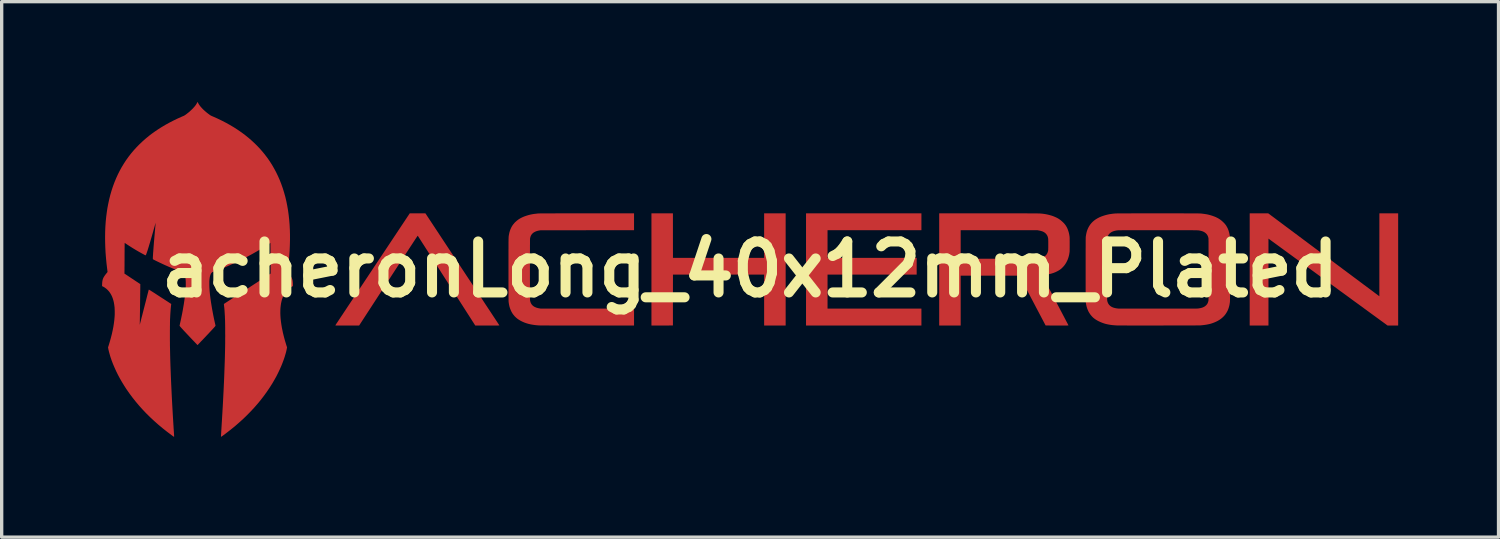
<source format=kicad_pcb>
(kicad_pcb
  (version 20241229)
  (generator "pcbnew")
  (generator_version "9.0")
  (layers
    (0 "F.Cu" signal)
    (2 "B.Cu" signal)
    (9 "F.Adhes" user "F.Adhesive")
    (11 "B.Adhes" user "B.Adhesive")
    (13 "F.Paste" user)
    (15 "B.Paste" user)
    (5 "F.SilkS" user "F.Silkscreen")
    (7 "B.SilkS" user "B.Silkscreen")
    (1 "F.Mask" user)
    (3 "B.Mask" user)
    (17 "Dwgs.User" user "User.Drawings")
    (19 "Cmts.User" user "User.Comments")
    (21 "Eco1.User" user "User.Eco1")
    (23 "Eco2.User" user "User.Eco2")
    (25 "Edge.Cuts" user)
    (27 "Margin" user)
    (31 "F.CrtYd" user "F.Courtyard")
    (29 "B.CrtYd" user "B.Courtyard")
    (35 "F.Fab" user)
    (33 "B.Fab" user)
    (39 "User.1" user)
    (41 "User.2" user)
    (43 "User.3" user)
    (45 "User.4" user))
  (footprint "acheronLong_40x12mm_Plated"
    (layer "F.Cu")
    (at 19.369 5.001)
    (property "Reference" "acheronLong_40x12mm_Plated" (at 0 0 0) (layer "F.SilkS") (effects (font (size 1.524 1.524) (thickness 0.3))))
    (attr through_hole)
    (pad "1" smd custom (at -16.5 -2.1) (size 0.5 0.5) (layers "F.Cu" "F.Mask") (options (anchor circle)) (primitives (gr_poly (pts (xy -0.003 -2.872) (xy 0.016 -2.838) (xy 0.04 -2.802) (xy 0.068 -2.765) (xy 0.101 -2.728) (xy 0.137 -2.689) (xy 0.177 -2.651) (xy 0.221 -2.612) (xy 0.268 -2.573) (xy 0.304 -2.545) (xy 0.323 -2.532) (xy 0.338 -2.52) (xy 0.351 -2.511) (xy 0.362 -2.503) (xy 0.373 -2.497) (xy 0.383 -2.491) (xy 0.395 -2.485) (xy 0.409 -2.479) (xy 0.424 -2.472) (xy 0.439 -2.466) (xy 0.574 -2.406) (xy 0.704 -2.343) (xy 0.831 -2.278) (xy 0.953 -2.21) (xy 1.071 -2.14) (xy 1.184 -2.067) (xy 1.294 -1.991) (xy 1.399 -1.913) (xy 1.501 -1.831) (xy 1.529 -1.807) (xy 1.604 -1.742) (xy 1.678 -1.673) (xy 1.751 -1.602) (xy 1.822 -1.528) (xy 1.888 -1.454) (xy 1.911 -1.428) (xy 1.991 -1.331) (xy 2.066 -1.232) (xy 2.138 -1.129) (xy 2.206 -1.022) (xy 2.269 -0.913) (xy 2.329 -0.801) (xy 2.385 -0.685) (xy 2.437 -0.567) (xy 2.484 -0.446) (xy 2.527 -0.324) (xy 2.566 -0.199) (xy 2.602 -0.071) (xy 2.633 0.06) (xy 2.66 0.195) (xy 2.684 0.332) (xy 2.703 0.472) (xy 2.719 0.616) (xy 2.731 0.762) (xy 2.739 0.912) (xy 2.743 1.065) (xy 2.743 1.221) (xy 2.739 1.38) (xy 2.732 1.543) (xy 2.72 1.708) (xy 2.714 1.783) (xy 2.704 1.885) (xy 2.693 1.99) (xy 2.68 2.096) (xy 2.675 2.135) (xy 2.67 2.179) (xy 2.708 2.227) (xy 2.733 2.259) (xy 2.755 2.289) (xy 2.773 2.317) (xy 2.789 2.343) (xy 2.801 2.369) (xy 2.811 2.395) (xy 2.819 2.422) (xy 2.824 2.45) (xy 2.828 2.48) (xy 2.831 2.513) (xy 2.832 2.55) (xy 2.832 2.552) (xy 2.832 2.597) (xy 2.806 2.61) (xy 2.759 2.637) (xy 2.716 2.668) (xy 2.677 2.703) (xy 2.64 2.741) (xy 2.607 2.784) (xy 2.577 2.83) (xy 2.55 2.88) (xy 2.527 2.933) (xy 2.506 2.99) (xy 2.49 3.051) (xy 2.476 3.115) (xy 2.466 3.183) (xy 2.458 3.255) (xy 2.455 3.329) (xy 2.454 3.408) (xy 2.457 3.489) (xy 2.463 3.574) (xy 2.473 3.663) (xy 2.486 3.755) (xy 2.502 3.85) (xy 2.522 3.946) (xy 2.531 3.991) (xy 2.543 4.039) (xy 2.555 4.088) (xy 2.568 4.139) (xy 2.582 4.191) (xy 2.596 4.241) (xy 2.611 4.29) (xy 2.625 4.337) (xy 2.638 4.38) (xy 2.648 4.409) (xy 2.655 4.431) (xy 2.65 4.458) (xy 2.643 4.494) (xy 2.634 4.534) (xy 2.624 4.577) (xy 2.611 4.622) (xy 2.597 4.669) (xy 2.585 4.711) (xy 2.553 4.805) (xy 2.517 4.901) (xy 2.477 4.999) (xy 2.433 5.097) (xy 2.386 5.196) (xy 2.336 5.295) (xy 2.288 5.381) (xy 2.215 5.507) (xy 2.136 5.632) (xy 2.053 5.754) (xy 1.965 5.876) (xy 1.873 5.996) (xy 1.776 6.114) (xy 1.674 6.23) (xy 1.568 6.344) (xy 1.457 6.457) (xy 1.343 6.568) (xy 1.223 6.676) (xy 1.1 6.783) (xy 0.972 6.887) (xy 0.84 6.989) (xy 0.823 7.002) (xy 0.799 7.021) (xy 0.776 7.038) (xy 0.755 7.053) (xy 0.737 7.066) (xy 0.721 7.077) (xy 0.708 7.086) (xy 0.699 7.093) (xy 0.693 7.096) (xy 0.691 7.097) (xy 0.69 7.094) (xy 0.691 7.087) (xy 0.691 7.075) (xy 0.692 7.06) (xy 0.693 7.041) (xy 0.694 7.019) (xy 0.696 6.994) (xy 0.697 6.967) (xy 0.699 6.938) (xy 0.701 6.907) (xy 0.701 6.906) (xy 0.712 6.723) (xy 0.723 6.546) (xy 0.733 6.373) (xy 0.743 6.204) (xy 0.752 6.04) (xy 0.76 5.88) (xy 0.768 5.725) (xy 0.775 5.573) (xy 0.782 5.424) (xy 0.788 5.279) (xy 0.793 5.138) (xy 0.798 5) (xy 0.803 4.864) (xy 0.807 4.732) (xy 0.81 4.602) (xy 0.813 4.475) (xy 0.815 4.373) (xy 0.815 4.344) (xy 0.816 4.311) (xy 0.816 4.275) (xy 0.816 4.236) (xy 0.816 4.195) (xy 0.816 4.153) (xy 0.817 4.109) (xy 0.817 4.064) (xy 0.816 4.019) (xy 0.816 3.974) (xy 0.816 3.929) (xy 0.816 3.886) (xy 0.816 3.843) (xy 0.815 3.803) (xy 0.815 3.765) (xy 0.814 3.729) (xy 0.814 3.697) (xy 0.813 3.668) (xy 0.813 3.644) (xy 0.812 3.624) (xy 0.812 3.62) (xy 0.809 3.553) (xy 0.807 3.491) (xy 0.803 3.433) (xy 0.8 3.38) (xy 0.797 3.33) (xy 0.793 3.284) (xy 0.789 3.241) (xy 0.784 3.202) (xy 0.781 3.178) (xy 0.78 3.162) (xy 0.778 3.151) (xy 0.778 3.143) (xy 0.778 3.138) (xy 0.779 3.135) (xy 0.78 3.135) (xy 0.782 3.133) (xy 0.789 3.129) (xy 0.799 3.122) (xy 0.812 3.113) (xy 0.829 3.102) (xy 0.849 3.089) (xy 0.871 3.075) (xy 0.896 3.059) (xy 0.922 3.041) (xy 0.951 3.023) (xy 0.981 3.003) (xy 1.012 2.983) (xy 1.016 2.98) (xy 1.042 2.963) (xy 1.072 2.944) (xy 1.106 2.922) (xy 1.142 2.898) (xy 1.182 2.873) (xy 1.224 2.845) (xy 1.268 2.817) (xy 1.314 2.787) (xy 1.362 2.756) (xy 1.41 2.724) (xy 1.46 2.692) (xy 1.51 2.66) (xy 1.56 2.627) (xy 1.609 2.595) (xy 1.658 2.563) (xy 1.706 2.532) (xy 1.712 2.528) (xy 2.174 2.228) (xy 2.172 1.837) (xy 2.172 1.792) (xy 2.172 1.746) (xy 2.171 1.702) (xy 2.171 1.659) (xy 2.171 1.618) (xy 2.17 1.579) (xy 2.17 1.542) (xy 2.17 1.507) (xy 2.17 1.475) (xy 2.169 1.447) (xy 2.169 1.423) (xy 2.169 1.402) (xy 2.169 1.386) (xy 2.169 1.374) (xy 2.169 1.373) (xy 2.167 1.3) (xy 2.106 1.34) (xy 1.948 1.442) (xy 1.786 1.54) (xy 1.619 1.635) (xy 1.449 1.727) (xy 1.275 1.816) (xy 1.097 1.902) (xy 0.977 1.957) (xy 0.908 1.988) (xy 0.837 2.018) (xy 0.767 2.048) (xy 0.697 2.076) (xy 0.629 2.103) (xy 0.563 2.128) (xy 0.5 2.152) (xy 0.477 2.16) (xy 0.417 2.181) (xy 0.403 2.197) (xy 0.388 2.215) (xy 0.375 2.238) (xy 0.364 2.265) (xy 0.354 2.296) (xy 0.346 2.332) (xy 0.34 2.373) (xy 0.335 2.418) (xy 0.335 2.421) (xy 0.333 2.443) (xy 0.332 2.469) (xy 0.332 2.499) (xy 0.332 2.531) (xy 0.332 2.565) (xy 0.333 2.6) (xy 0.334 2.635) (xy 0.336 2.67) (xy 0.338 2.703) (xy 0.34 2.731) (xy 0.346 2.801) (xy 0.354 2.875) (xy 0.364 2.953) (xy 0.375 3.034) (xy 0.388 3.119) (xy 0.402 3.205) (xy 0.417 3.294) (xy 0.434 3.385) (xy 0.451 3.476) (xy 0.47 3.568) (xy 0.49 3.661) (xy 0.497 3.692) (xy 0.502 3.711) (xy 0.505 3.728) (xy 0.509 3.744) (xy 0.512 3.757) (xy 0.514 3.767) (xy 0.515 3.772) (xy 0.517 3.78) (xy 0.516 3.785) (xy 0.513 3.79) (xy 0.511 3.793) (xy 0.503 3.803) (xy 0.493 3.815) (xy 0.479 3.831) (xy 0.462 3.85) (xy 0.442 3.872) (xy 0.419 3.897) (xy 0.393 3.925) (xy 0.365 3.955) (xy 0.335 3.987) (xy 0.303 4.022) (xy 0.268 4.058) (xy 0.232 4.097) (xy 0.194 4.137) (xy 0.155 4.178) (xy 0.114 4.221) (xy 0.101 4.234) (xy 0.083 4.252) (xy 0.067 4.27) (xy 0.051 4.287) (xy 0.036 4.302) (xy 0.024 4.315) (xy 0.013 4.326) (xy 0.006 4.334) (xy 0.002 4.338) (xy -0.015 4.356) (xy -0.088 4.279) (xy -0.144 4.221) (xy -0.196 4.167) (xy -0.244 4.116) (xy -0.288 4.069) (xy -0.33 4.025) (xy -0.367 3.985) (xy -0.401 3.949) (xy -0.432 3.916) (xy -0.458 3.887) (xy -0.482 3.861) (xy -0.502 3.839) (xy -0.518 3.82) (xy -0.53 3.806) (xy -0.539 3.794) (xy -0.545 3.787) (xy -0.547 3.783) (xy -0.547 3.782) (xy -0.546 3.779) (xy -0.545 3.771) (xy -0.542 3.76) (xy -0.539 3.746) (xy -0.536 3.73) (xy -0.532 3.712) (xy -0.51 3.615) (xy -0.49 3.517) (xy -0.47 3.42) (xy -0.452 3.324) (xy -0.436 3.23) (xy -0.42 3.137) (xy -0.407 3.047) (xy -0.395 2.96) (xy -0.384 2.877) (xy -0.377 2.81) (xy -0.371 2.754) (xy -0.367 2.698) (xy -0.364 2.644) (xy -0.362 2.592) (xy -0.362 2.542) (xy -0.362 2.494) (xy -0.363 2.45) (xy -0.366 2.409) (xy -0.37 2.372) (xy -0.375 2.34) (xy -0.375 2.336) (xy -0.383 2.3) (xy -0.393 2.268) (xy -0.404 2.241) (xy -0.416 2.218) (xy -0.419 2.214) (xy -0.428 2.201) (xy -0.437 2.191) (xy -0.448 2.183) (xy -0.461 2.177) (xy -0.475 2.172) (xy -0.602 2.126) (xy -0.732 2.076) (xy -0.864 2.021) (xy -0.998 1.962) (xy -1.135 1.898) (xy -1.274 1.831) (xy -1.287 1.824) (xy -1.305 1.815) (xy -1.319 1.808) (xy -1.33 1.802) (xy -1.337 1.797) (xy -1.342 1.794) (xy -1.344 1.791) (xy -1.345 1.79) (xy -1.346 1.785) (xy -1.346 1.775) (xy -1.346 1.76) (xy -1.345 1.74) (xy -1.344 1.715) (xy -1.342 1.686) (xy -1.34 1.652) (xy -1.338 1.613) (xy -1.334 1.57) (xy -1.331 1.523) (xy -1.327 1.471) (xy -1.323 1.415) (xy -1.318 1.355) (xy -1.313 1.291) (xy -1.307 1.223) (xy -1.301 1.151) (xy -1.294 1.075) (xy -1.288 0.995) (xy -1.28 0.912) (xy -1.273 0.83) (xy -1.27 0.801) (xy -1.268 0.774) (xy -1.266 0.749) (xy -1.264 0.725) (xy -1.262 0.705) (xy -1.261 0.688) (xy -1.26 0.674) (xy -1.259 0.664) (xy -1.259 0.659) (xy -1.259 0.658) (xy -1.259 0.661) (xy -1.261 0.667) (xy -1.265 0.678) (xy -1.269 0.691) (xy -1.273 0.708) (xy -1.279 0.727) (xy -1.284 0.747) (xy -1.286 0.752) (xy -1.306 0.824) (xy -1.326 0.894) (xy -1.345 0.963) (xy -1.364 1.029) (xy -1.382 1.092) (xy -1.4 1.153) (xy -1.417 1.212) (xy -1.433 1.268) (xy -1.449 1.321) (xy -1.464 1.37) (xy -1.478 1.417) (xy -1.491 1.46) (xy -1.504 1.5) (xy -1.515 1.536) (xy -1.526 1.568) (xy -1.535 1.596) (xy -1.544 1.62) (xy -1.551 1.64) (xy -1.557 1.655) (xy -1.562 1.666) (xy -1.566 1.672) (xy -1.566 1.673) (xy -1.569 1.674) (xy -1.572 1.673) (xy -1.578 1.671) (xy -1.587 1.667) (xy -1.6 1.66) (xy -1.611 1.654) (xy -1.701 1.605) (xy -1.788 1.556) (xy -1.872 1.507) (xy -1.954 1.457) (xy -2.038 1.404) (xy -2.122 1.349) (xy -2.125 1.347) (xy -2.196 1.3) (xy -2.198 1.312) (xy -2.198 1.316) (xy -2.198 1.325) (xy -2.198 1.338) (xy -2.199 1.355) (xy -2.199 1.377) (xy -2.199 1.402) (xy -2.199 1.43) (xy -2.2 1.462) (xy -2.2 1.496) (xy -2.2 1.533) (xy -2.2 1.573) (xy -2.201 1.614) (xy -2.201 1.657) (xy -2.201 1.702) (xy -2.201 1.734) (xy -2.201 1.78) (xy -2.201 1.825) (xy -2.202 1.869) (xy -2.202 1.911) (xy -2.202 1.952) (xy -2.202 1.99) (xy -2.203 2.026) (xy -2.203 2.059) (xy -2.203 2.089) (xy -2.203 2.115) (xy -2.204 2.138) (xy -2.204 2.157) (xy -2.204 2.172) (xy -2.204 2.182) (xy -2.204 2.186) (xy -2.206 2.227) (xy -1.969 2.385) (xy -1.937 2.405) (xy -1.907 2.426) (xy -1.879 2.445) (xy -1.852 2.463) (xy -1.827 2.479) (xy -1.804 2.494) (xy -1.784 2.508) (xy -1.767 2.519) (xy -1.752 2.529) (xy -1.741 2.536) (xy -1.734 2.541) (xy -1.731 2.543) (xy -1.731 2.544) (xy -1.73 2.546) (xy -1.73 2.553) (xy -1.731 2.565) (xy -1.731 2.582) (xy -1.731 2.602) (xy -1.731 2.626) (xy -1.731 2.653) (xy -1.732 2.684) (xy -1.732 2.717) (xy -1.733 2.753) (xy -1.733 2.792) (xy -1.734 2.833) (xy -1.734 2.875) (xy -1.735 2.919) (xy -1.735 2.965) (xy -1.736 3.011) (xy -1.737 3.059) (xy -1.737 3.107) (xy -1.738 3.155) (xy -1.739 3.203) (xy -1.739 3.25) (xy -1.74 3.297) (xy -1.74 3.344) (xy -1.741 3.389) (xy -1.742 3.433) (xy -1.742 3.475) (xy -1.743 3.515) (xy -1.743 3.553) (xy -1.744 3.589) (xy -1.744 3.622) (xy -1.745 3.652) (xy -1.745 3.679) (xy -1.746 3.702) (xy -1.746 3.722) (xy -1.746 3.737) (xy -1.747 3.748) (xy -1.747 3.752) (xy -1.747 3.767) (xy -1.747 3.778) (xy -1.747 3.786) (xy -1.746 3.79) (xy -1.746 3.79) (xy -1.745 3.787) (xy -1.743 3.78) (xy -1.74 3.767) (xy -1.735 3.751) (xy -1.73 3.731) (xy -1.724 3.707) (xy -1.717 3.679) (xy -1.709 3.648) (xy -1.7 3.614) (xy -1.691 3.577) (xy -1.681 3.537) (xy -1.67 3.495) (xy -1.658 3.451) (xy -1.647 3.404) (xy -1.634 3.356) (xy -1.622 3.307) (xy -1.609 3.256) (xy -1.607 3.25) (xy -1.594 3.199) (xy -1.582 3.15) (xy -1.569 3.102) (xy -1.557 3.055) (xy -1.546 3.011) (xy -1.535 2.968) (xy -1.525 2.928) (xy -1.516 2.891) (xy -1.507 2.857) (xy -1.499 2.825) (xy -1.491 2.797) (xy -1.485 2.773) (xy -1.48 2.752) (xy -1.476 2.736) (xy -1.472 2.723) (xy -1.47 2.715) (xy -1.469 2.712) (xy -1.469 2.712) (xy -1.468 2.711) (xy -1.466 2.712) (xy -1.463 2.714) (xy -1.457 2.717) (xy -1.45 2.721) (xy -1.441 2.727) (xy -1.429 2.734) (xy -1.416 2.742) (xy -1.399 2.753) (xy -1.38 2.765) (xy -1.358 2.779) (xy -1.333 2.795) (xy -1.304 2.813) (xy -1.272 2.834) (xy -1.237 2.857) (xy -1.197 2.883) (xy -1.154 2.911) (xy -1.139 2.921) (xy -1.102 2.945) (xy -1.066 2.968) (xy -1.031 2.99) (xy -0.998 3.012) (xy -0.967 3.032) (xy -0.938 3.051) (xy -0.911 3.068) (xy -0.887 3.084) (xy -0.866 3.098) (xy -0.847 3.11) (xy -0.832 3.12) (xy -0.82 3.127) (xy -0.812 3.133) (xy -0.808 3.135) (xy -0.808 3.136) (xy -0.807 3.139) (xy -0.808 3.146) (xy -0.808 3.155) (xy -0.809 3.155) (xy -0.814 3.194) (xy -0.818 3.238) (xy -0.823 3.287) (xy -0.827 3.341) (xy -0.831 3.399) (xy -0.835 3.461) (xy -0.838 3.527) (xy -0.842 3.598) (xy -0.842 3.6) (xy -0.842 3.617) (xy -0.843 3.638) (xy -0.843 3.664) (xy -0.844 3.694) (xy -0.844 3.727) (xy -0.844 3.763) (xy -0.845 3.801) (xy -0.845 3.842) (xy -0.845 3.885) (xy -0.846 3.929) (xy -0.846 3.974) (xy -0.846 4.019) (xy -0.846 4.064) (xy -0.846 4.109) (xy -0.846 4.154) (xy -0.846 4.197) (xy -0.846 4.239) (xy -0.845 4.278) (xy -0.845 4.316) (xy -0.845 4.35) (xy -0.845 4.381) (xy -0.844 4.409) (xy -0.844 4.41) (xy -0.841 4.549) (xy -0.838 4.692) (xy -0.834 4.839) (xy -0.829 4.99) (xy -0.823 5.145) (xy -0.817 5.305) (xy -0.81 5.469) (xy -0.802 5.638) (xy -0.794 5.811) (xy -0.785 5.989) (xy -0.775 6.172) (xy -0.764 6.36) (xy -0.755 6.519) (xy -0.753 6.549) (xy -0.751 6.582) (xy -0.749 6.618) (xy -0.747 6.655) (xy -0.744 6.694) (xy -0.742 6.733) (xy -0.739 6.773) (xy -0.737 6.812) (xy -0.735 6.85) (xy -0.732 6.887) (xy -0.73 6.921) (xy -0.728 6.952) (xy -0.726 6.981) (xy -0.725 7.005) (xy -0.723 7.025) (xy -0.723 7.026) (xy -0.722 7.047) (xy -0.721 7.064) (xy -0.72 7.076) (xy -0.72 7.086) (xy -0.72 7.092) (xy -0.72 7.096) (xy -0.72 7.098) (xy -0.721 7.098) (xy -0.721 7.098) (xy -0.724 7.097) (xy -0.73 7.092) (xy -0.739 7.086) (xy -0.751 7.078) (xy -0.764 7.068) (xy -0.779 7.057) (xy -0.784 7.053) (xy -0.923 6.949) (xy -1.056 6.844) (xy -1.185 6.736) (xy -1.309 6.626) (xy -1.429 6.514) (xy -1.544 6.401) (xy -1.654 6.285) (xy -1.76 6.167) (xy -1.861 6.047) (xy -1.957 5.926) (xy -2.049 5.802) (xy -2.137 5.676) (xy -2.142 5.669) (xy -2.209 5.564) (xy -2.273 5.459) (xy -2.334 5.353) (xy -2.391 5.246) (xy -2.444 5.139) (xy -2.492 5.032) (xy -2.537 4.926) (xy -2.577 4.822) (xy -2.603 4.747) (xy -2.615 4.711) (xy -2.626 4.673) (xy -2.637 4.634) (xy -2.648 4.596) (xy -2.658 4.559) (xy -2.666 4.524) (xy -2.674 4.492) (xy -2.679 4.463) (xy -2.681 4.454) (xy -2.685 4.432) (xy -2.668 4.38) (xy -2.632 4.261) (xy -2.6 4.146) (xy -2.571 4.033) (xy -2.547 3.924) (xy -2.526 3.817) (xy -2.51 3.713) (xy -2.497 3.612) (xy -2.489 3.513) (xy -2.487 3.486) (xy -2.486 3.465) (xy -2.485 3.44) (xy -2.485 3.412) (xy -2.485 3.383) (xy -2.485 3.353) (xy -2.486 3.324) (xy -2.487 3.295) (xy -2.488 3.269) (xy -2.489 3.246) (xy -2.49 3.227) (xy -2.491 3.223) (xy -2.5 3.153) (xy -2.511 3.087) (xy -2.526 3.025) (xy -2.544 2.967) (xy -2.565 2.912) (xy -2.589 2.861) (xy -2.617 2.814) (xy -2.647 2.77) (xy -2.671 2.741) (xy -2.704 2.706) (xy -2.741 2.673) (xy -2.779 2.644) (xy -2.819 2.619) (xy -2.837 2.61) (xy -2.864 2.597) (xy -2.862 2.546) (xy -2.86 2.509) (xy -2.858 2.476) (xy -2.853 2.446) (xy -2.848 2.418) (xy -2.84 2.392) (xy -2.83 2.366) (xy -2.818 2.341) (xy -2.802 2.315) (xy -2.784 2.288) (xy -2.763 2.259) (xy -2.738 2.227) (xy -2.736 2.225) (xy -2.7 2.18) (xy -2.701 2.166) (xy -2.702 2.16) (xy -2.703 2.149) (xy -2.705 2.135) (xy -2.707 2.119) (xy -2.709 2.101) (xy -2.71 2.094) (xy -2.73 1.927) (xy -2.746 1.762) (xy -2.759 1.599) (xy -2.767 1.44) (xy -2.772 1.282) (xy -2.773 1.127) (xy -2.771 0.976) (xy -2.765 0.827) (xy -2.755 0.681) (xy -2.741 0.538) (xy -2.723 0.398) (xy -2.706 0.282) (xy -2.68 0.144) (xy -2.651 0.01) (xy -2.618 -0.122) (xy -2.581 -0.25) (xy -2.54 -0.375) (xy -2.495 -0.497) (xy -2.446 -0.616) (xy -2.393 -0.733) (xy -2.336 -0.846) (xy -2.275 -0.957) (xy -2.209 -1.065) (xy -2.145 -1.163) (xy -2.074 -1.262) (xy -1.998 -1.36) (xy -1.918 -1.455) (xy -1.834 -1.547) (xy -1.746 -1.637) (xy -1.654 -1.724) (xy -1.558 -1.808) (xy -1.459 -1.89) (xy -1.384 -1.947) (xy -1.285 -2.018) (xy -1.183 -2.087) (xy -1.078 -2.153) (xy -0.97 -2.217) (xy -0.858 -2.279) (xy -0.742 -2.339) (xy -0.622 -2.397) (xy -0.498 -2.453) (xy -0.448 -2.475) (xy -0.434 -2.48) (xy -0.422 -2.486) (xy -0.411 -2.492) (xy -0.4 -2.498) (xy -0.389 -2.505) (xy -0.376 -2.514) (xy -0.361 -2.524) (xy -0.344 -2.537) (xy -0.324 -2.553) (xy -0.321 -2.555) (xy -0.289 -2.58) (xy -0.259 -2.604) (xy -0.231 -2.63) (xy -0.202 -2.657) (xy -0.171 -2.687) (xy -0.171 -2.687) (xy -0.138 -2.721) (xy -0.11 -2.752) (xy -0.085 -2.782) (xy -0.064 -2.81) (xy -0.046 -2.838) (xy -0.03 -2.865) (xy -0.027 -2.872) (xy -0.015 -2.896) (xy -0.003 -2.872)) (width 0.01) (fill yes))))
    (pad "1" smd custom (at -9.9 -1.4) (size 0.5 0.5) (layers "F.Cu" "F.Mask") (options (anchor circle)) (primitives (gr_poly (pts (xy 1.294 1.398) (xy 1.35 1.482) (xy 1.404 1.565) (xy 1.458 1.646) (xy 1.512 1.727) (xy 1.564 1.806) (xy 1.615 1.884) (xy 1.666 1.96) (xy 1.715 2.035) (xy 1.763 2.108) (xy 1.81 2.179) (xy 1.856 2.248) (xy 1.9 2.315) (xy 1.943 2.38) (xy 1.984 2.443) (xy 2.024 2.503) (xy 2.062 2.561) (xy 2.099 2.616) (xy 2.133 2.668) (xy 2.166 2.718) (xy 2.197 2.765) (xy 2.226 2.809) (xy 2.253 2.85) (xy 2.278 2.888) (xy 2.301 2.923) (xy 2.322 2.954) (xy 2.34 2.982) (xy 2.356 3.006) (xy 2.369 3.026) (xy 2.38 3.043) (xy 2.389 3.056) (xy 2.395 3.065) (xy 2.398 3.069) (xy 2.398 3.07) (xy 2.398 3.071) (xy 2.396 3.071) (xy 2.393 3.072) (xy 2.388 3.072) (xy 2.382 3.072) (xy 2.372 3.072) (xy 2.361 3.073) (xy 2.347 3.073) (xy 2.329 3.073) (xy 2.309 3.073) (xy 2.285 3.073) (xy 2.258 3.073) (xy 2.227 3.074) (xy 2.191 3.074) (xy 2.152 3.074) (xy 2.107 3.074) (xy 2.058 3.074) (xy 2.044 3.074) (xy 1.688 3.073) (xy 0.829 1.732) (xy 0.781 1.657) (xy 0.733 1.582) (xy 0.686 1.509) (xy 0.64 1.436) (xy 0.595 1.366) (xy 0.55 1.297) (xy 0.507 1.229) (xy 0.465 1.163) (xy 0.424 1.099) (xy 0.384 1.037) (xy 0.346 0.977) (xy 0.309 0.919) (xy 0.274 0.864) (xy 0.24 0.811) (xy 0.207 0.761) (xy 0.177 0.713) (xy 0.148 0.668) (xy 0.121 0.626) (xy 0.096 0.587) (xy 0.073 0.551) (xy 0.052 0.518) (xy 0.033 0.488) (xy 0.016 0.462) (xy 0.002 0.44) (xy -0.01 0.421) (xy -0.02 0.407) (xy -0.027 0.396) (xy -0.031 0.389) (xy -0.033 0.386) (xy -0.033 0.386) (xy -0.033 0.386) (xy -0.034 0.386) (xy -0.035 0.387) (xy -0.036 0.388) (xy -0.038 0.39) (xy -0.04 0.393) (xy -0.043 0.397) (xy -0.046 0.401) (xy -0.05 0.407) (xy -0.055 0.414) (xy -0.061 0.422) (xy -0.067 0.432) (xy -0.075 0.443) (xy -0.083 0.455) (xy -0.093 0.469) (xy -0.103 0.486) (xy -0.115 0.503) (xy -0.128 0.523) (xy -0.142 0.545) (xy -0.158 0.569) (xy -0.175 0.595) (xy -0.194 0.624) (xy -0.214 0.655) (xy -0.236 0.688) (xy -0.26 0.724) (xy -0.285 0.763) (xy -0.313 0.805) (xy -0.342 0.85) (xy -0.373 0.897) (xy -0.406 0.948) (xy -0.441 1.002) (xy -0.478 1.059) (xy -0.518 1.12) (xy -0.559 1.184) (xy -0.604 1.252) (xy -0.65 1.323) (xy -0.699 1.398) (xy -0.75 1.477) (xy -0.805 1.561) (xy -0.861 1.648) (xy -0.913 1.727) (xy -1.789 3.074) (xy -2.14 3.074) (xy -2.19 3.074) (xy -2.234 3.074) (xy -2.274 3.074) (xy -2.31 3.074) (xy -2.341 3.074) (xy -2.369 3.074) (xy -2.393 3.073) (xy -2.413 3.073) (xy -2.431 3.073) (xy -2.445 3.073) (xy -2.457 3.073) (xy -2.467 3.073) (xy -2.475 3.072) (xy -2.48 3.072) (xy -2.484 3.072) (xy -2.487 3.071) (xy -2.489 3.071) (xy -2.489 3.07) (xy -2.489 3.069) (xy -2.489 3.069) (xy -2.488 3.067) (xy -2.483 3.06) (xy -2.476 3.05) (xy -2.467 3.036) (xy -2.455 3.017) (xy -2.44 2.995) (xy -2.423 2.97) (xy -2.404 2.941) (xy -2.382 2.908) (xy -2.358 2.872) (xy -2.333 2.833) (xy -2.305 2.791) (xy -2.274 2.746) (xy -2.243 2.698) (xy -2.209 2.647) (xy -2.173 2.593) (xy -2.136 2.537) (xy -2.097 2.478) (xy -2.056 2.417) (xy -2.014 2.354) (xy -1.97 2.288) (xy -1.925 2.22) (xy -1.879 2.15) (xy -1.831 2.079) (xy -1.782 2.005) (xy -1.732 1.93) (xy -1.681 1.853) (xy -1.629 1.775) (xy -1.576 1.695) (xy -1.522 1.614) (xy -1.468 1.532) (xy -1.412 1.449) (xy -1.378 1.397) (xy -0.27 -0.27) (xy -0.039 -0.271) (xy 0.192 -0.271) (xy 1.294 1.398)) (width 0.01) (fill yes))))
    (pad "1" smd custom (at -6.9 0) (size 0.5 0.5) (layers "F.Cu" "F.Mask") (options (anchor circle)) (primitives (gr_poly (pts (xy 3.426 -1.176) (xy 0.638 -1.174) (xy 0.606 -1.169) (xy 0.591 -1.166) (xy 0.574 -1.163) (xy 0.559 -1.16) (xy 0.549 -1.157) (xy 0.507 -1.145) (xy 0.47 -1.129) (xy 0.436 -1.111) (xy 0.407 -1.09) (xy 0.381 -1.065) (xy 0.36 -1.038) (xy 0.343 -1.008) (xy 0.33 -0.975) (xy 0.321 -0.938) (xy 0.317 -0.916) (xy 0.317 -0.911) (xy 0.317 -0.901) (xy 0.317 -0.887) (xy 0.316 -0.869) (xy 0.316 -0.846) (xy 0.316 -0.819) (xy 0.316 -0.789) (xy 0.316 -0.755) (xy 0.315 -0.718) (xy 0.315 -0.678) (xy 0.315 -0.634) (xy 0.315 -0.589) (xy 0.315 -0.541) (xy 0.315 -0.49) (xy 0.315 -0.438) (xy 0.315 -0.384) (xy 0.314 -0.329) (xy 0.314 -0.272) (xy 0.314 -0.214) (xy 0.314 -0.156) (xy 0.314 -0.097) (xy 0.314 -0.037) (xy 0.314 0.022) (xy 0.314 0.082) (xy 0.314 0.141) (xy 0.314 0.2) (xy 0.314 0.258) (xy 0.314 0.315) (xy 0.315 0.371) (xy 0.315 0.425) (xy 0.315 0.478) (xy 0.315 0.529) (xy 0.315 0.577) (xy 0.315 0.624) (xy 0.315 0.668) (xy 0.315 0.709) (xy 0.315 0.747) (xy 0.316 0.782) (xy 0.316 0.813) (xy 0.316 0.841) (xy 0.316 0.865) (xy 0.316 0.885) (xy 0.317 0.9) (xy 0.317 0.911) (xy 0.317 0.917) (xy 0.317 0.918) (xy 0.324 0.956) (xy 0.335 0.992) (xy 0.35 1.024) (xy 0.369 1.053) (xy 0.392 1.079) (xy 0.419 1.102) (xy 0.45 1.122) (xy 0.463 1.128) (xy 0.489 1.14) (xy 0.517 1.151) (xy 0.547 1.159) (xy 0.581 1.167) (xy 0.606 1.171) (xy 0.638 1.177) (xy 2.032 1.178) (xy 3.426 1.178) (xy 3.426 1.674) (xy 2.042 1.673) (xy 1.958 1.673) (xy 1.876 1.673) (xy 1.795 1.673) (xy 1.715 1.673) (xy 1.637 1.673) (xy 1.561 1.673) (xy 1.486 1.673) (xy 1.414 1.673) (xy 1.344 1.673) (xy 1.277 1.673) (xy 1.212 1.673) (xy 1.15 1.673) (xy 1.09 1.673) (xy 1.034 1.673) (xy 0.98 1.673) (xy 0.93 1.673) (xy 0.884 1.672) (xy 0.841 1.672) (xy 0.802 1.672) (xy 0.766 1.672) (xy 0.735 1.672) (xy 0.708 1.672) (xy 0.685 1.672) (xy 0.666 1.672) (xy 0.653 1.672) (xy 0.644 1.672) (xy 0.64 1.672) (xy 0.64 1.672) (xy 0.56 1.668) (xy 0.484 1.661) (xy 0.412 1.651) (xy 0.344 1.639) (xy 0.279 1.624) (xy 0.217 1.606) (xy 0.158 1.585) (xy 0.102 1.561) (xy 0.047 1.534) (xy -0.005 1.503) (xy -0.006 1.503) (xy -0.052 1.471) (xy -0.094 1.436) (xy -0.134 1.397) (xy -0.17 1.354) (xy -0.197 1.317) (xy -0.225 1.27) (xy -0.249 1.219) (xy -0.27 1.166) (xy -0.288 1.109) (xy -0.301 1.049) (xy -0.311 0.986) (xy -0.313 0.963) (xy -0.314 0.959) (xy -0.314 0.953) (xy -0.314 0.946) (xy -0.314 0.937) (xy -0.315 0.927) (xy -0.315 0.914) (xy -0.315 0.899) (xy -0.315 0.881) (xy -0.315 0.861) (xy -0.316 0.839) (xy -0.316 0.813) (xy -0.316 0.785) (xy -0.316 0.754) (xy -0.316 0.719) (xy -0.316 0.681) (xy -0.316 0.64) (xy -0.316 0.595) (xy -0.316 0.546) (xy -0.317 0.493) (xy -0.317 0.436) (xy -0.317 0.375) (xy -0.317 0.31) (xy -0.317 0.24) (xy -0.317 0.165) (xy -0.317 0.086) (xy -0.317 0.001) (xy -0.317 0.001) (xy -0.317 -0.081) (xy -0.317 -0.159) (xy -0.317 -0.232) (xy -0.317 -0.301) (xy -0.317 -0.365) (xy -0.317 -0.425) (xy -0.317 -0.48) (xy -0.317 -0.532) (xy -0.317 -0.58) (xy -0.316 -0.624) (xy -0.316 -0.665) (xy -0.316 -0.703) (xy -0.316 -0.737) (xy -0.316 -0.769) (xy -0.316 -0.797) (xy -0.316 -0.823) (xy -0.315 -0.847) (xy -0.315 -0.868) (xy -0.315 -0.887) (xy -0.315 -0.904) (xy -0.314 -0.919) (xy -0.314 -0.933) (xy -0.313 -0.945) (xy -0.313 -0.955) (xy -0.312 -0.965) (xy -0.312 -0.973) (xy -0.311 -0.981) (xy -0.31 -0.988) (xy -0.31 -0.994) (xy -0.309 -1) (xy -0.308 -1.006) (xy -0.307 -1.012) (xy -0.306 -1.018) (xy -0.305 -1.024) (xy -0.304 -1.03) (xy -0.292 -1.091) (xy -0.276 -1.148) (xy -0.256 -1.202) (xy -0.232 -1.253) (xy -0.205 -1.301) (xy -0.173 -1.345) (xy -0.138 -1.387) (xy -0.113 -1.412) (xy -0.075 -1.446) (xy -0.035 -1.478) (xy 0.009 -1.507) (xy 0.055 -1.533) (xy 0.105 -1.557) (xy 0.158 -1.579) (xy 0.216 -1.599) (xy 0.278 -1.618) (xy 0.298 -1.623) (xy 0.326 -1.63) (xy 0.354 -1.636) (xy 0.383 -1.642) (xy 0.412 -1.647) (xy 0.443 -1.652) (xy 0.477 -1.656) (xy 0.514 -1.66) (xy 0.554 -1.665) (xy 0.576 -1.667) (xy 0.58 -1.667) (xy 0.587 -1.667) (xy 0.596 -1.667) (xy 0.609 -1.667) (xy 0.624 -1.668) (xy 0.643 -1.668) (xy 0.665 -1.668) (xy 0.69 -1.668) (xy 0.718 -1.668) (xy 0.75 -1.669) (xy 0.786 -1.669) (xy 0.825 -1.669) (xy 0.868 -1.669) (xy 0.915 -1.669) (xy 0.965 -1.669) (xy 1.02 -1.669) (xy 1.079 -1.669) (xy 1.141 -1.67) (xy 1.208 -1.67) (xy 1.28 -1.67) (xy 1.355 -1.67) (xy 1.436 -1.67) (xy 1.52 -1.67) (xy 1.61 -1.67) (xy 1.704 -1.67) (xy 1.803 -1.67) (xy 1.907 -1.67) (xy 2.016 -1.67) (xy 2.017 -1.67) (xy 3.426 -1.671) (xy 3.426 -1.176)) (width 0.01) (fill yes))))
    (pad "1" smd custom (at -2.6 -0.1) (size 0.5 0.5) (layers "F.Cu" "F.Mask") (options (anchor circle)) (primitives (gr_poly (pts (xy 0.288 -1.57) (xy 0.288 -0.905) (xy 0.289 -0.24) (xy 3.024 -0.24) (xy 3.024 -1.571) (xy 3.657 -1.571) (xy 3.657 1.774) (xy 3.024 1.774) (xy 3.024 0.252) (xy 0.289 0.252) (xy 0.288 1.012) (xy 0.288 1.772) (xy -0.344 1.774) (xy -0.344 -1.571) (xy 0.288 -1.57)) (width 0.01) (fill yes))))
    (pad "1" smd custom (at 2 -0.1) (size 0.5 0.5) (layers "F.Cu" "F.Mask") (options (anchor circle)) (primitives (gr_poly (pts (xy 3.115 -1.076) (xy 0.309 -1.076) (xy 0.309 -0.24) (xy 2.973 -0.24) (xy 2.973 0.252) (xy 0.309 0.252) (xy 0.309 1.278) (xy 3.115 1.278) (xy 3.115 1.774) (xy -0.324 1.774) (xy -0.324 -1.571) (xy 3.115 -1.571) (xy 3.115 -1.076)) (width 0.01) (fill yes))))
    (pad "1" smd custom (at 6 -0.1) (size 0.5 0.5) (layers "F.Cu" "F.Mask") (options (anchor circle)) (primitives (gr_poly (pts (xy 1.139 -1.57) (xy 1.243 -1.57) (xy 1.342 -1.57) (xy 1.437 -1.57) (xy 1.527 -1.57) (xy 1.612 -1.57) (xy 1.693 -1.57) (xy 1.77 -1.57) (xy 1.842 -1.57) (xy 1.911 -1.57) (xy 1.975 -1.57) (xy 2.036 -1.57) (xy 2.093 -1.57) (xy 2.146 -1.57) (xy 2.196 -1.57) (xy 2.243 -1.57) (xy 2.286 -1.569) (xy 2.326 -1.569) (xy 2.364 -1.569) (xy 2.399 -1.569) (xy 2.431 -1.569) (xy 2.46 -1.569) (xy 2.488 -1.569) (xy 2.512 -1.568) (xy 2.535 -1.568) (xy 2.556 -1.568) (xy 2.575 -1.568) (xy 2.592 -1.567) (xy 2.607 -1.567) (xy 2.621 -1.567) (xy 2.633 -1.566) (xy 2.645 -1.566) (xy 2.655 -1.566) (xy 2.664 -1.565) (xy 2.672 -1.565) (xy 2.679 -1.564) (xy 2.686 -1.564) (xy 2.693 -1.563) (xy 2.699 -1.563) (xy 2.704 -1.562) (xy 2.71 -1.562) (xy 2.716 -1.561) (xy 2.721 -1.56) (xy 2.727 -1.56) (xy 2.734 -1.559) (xy 2.737 -1.559) (xy 2.803 -1.55) (xy 2.868 -1.538) (xy 2.931 -1.523) (xy 2.991 -1.507) (xy 3.049 -1.488) (xy 3.103 -1.466) (xy 3.154 -1.443) (xy 3.201 -1.418) (xy 3.234 -1.397) (xy 3.26 -1.379) (xy 3.287 -1.358) (xy 3.314 -1.335) (xy 3.34 -1.311) (xy 3.365 -1.287) (xy 3.386 -1.264) (xy 3.398 -1.25) (xy 3.429 -1.209) (xy 3.456 -1.164) (xy 3.479 -1.117) (xy 3.499 -1.066) (xy 3.516 -1.012) (xy 3.53 -0.955) (xy 3.54 -0.893) (xy 3.541 -0.884) (xy 3.542 -0.877) (xy 3.543 -0.87) (xy 3.543 -0.862) (xy 3.544 -0.853) (xy 3.544 -0.843) (xy 3.545 -0.832) (xy 3.545 -0.818) (xy 3.545 -0.801) (xy 3.545 -0.782) (xy 3.545 -0.759) (xy 3.546 -0.732) (xy 3.546 -0.702) (xy 3.546 -0.667) (xy 3.546 -0.644) (xy 3.546 -0.606) (xy 3.546 -0.573) (xy 3.546 -0.545) (xy 3.545 -0.52) (xy 3.545 -0.499) (xy 3.545 -0.48) (xy 3.545 -0.465) (xy 3.544 -0.452) (xy 3.544 -0.441) (xy 3.544 -0.432) (xy 3.543 -0.424) (xy 3.542 -0.417) (xy 3.542 -0.41) (xy 3.541 -0.407) (xy 3.531 -0.344) (xy 3.517 -0.286) (xy 3.5 -0.23) (xy 3.48 -0.178) (xy 3.455 -0.127) (xy 3.427 -0.078) (xy 3.395 -0.031) (xy 3.391 -0.026) (xy 3.377 -0.008) (xy 3.36 0.011) (xy 3.341 0.031) (xy 3.322 0.051) (xy 3.303 0.069) (xy 3.285 0.084) (xy 3.275 0.092) (xy 3.228 0.124) (xy 3.178 0.152) (xy 3.124 0.178) (xy 3.066 0.201) (xy 3.003 0.221) (xy 2.936 0.238) (xy 2.866 0.253) (xy 2.791 0.264) (xy 2.755 0.269) (xy 2.743 0.27) (xy 2.733 0.271) (xy 2.726 0.272) (xy 2.723 0.273) (xy 2.723 0.273) (xy 2.724 0.275) (xy 2.727 0.282) (xy 2.733 0.293) (xy 2.741 0.308) (xy 2.75 0.326) (xy 2.762 0.348) (xy 2.775 0.374) (xy 2.791 0.403) (xy 2.807 0.436) (xy 2.826 0.471) (xy 2.846 0.509) (xy 2.867 0.55) (xy 2.89 0.593) (xy 2.914 0.639) (xy 2.939 0.687) (xy 2.965 0.737) (xy 2.992 0.788) (xy 3.02 0.842) (xy 3.049 0.897) (xy 3.079 0.953) (xy 3.109 1.011) (xy 3.114 1.021) (xy 3.145 1.078) (xy 3.174 1.135) (xy 3.203 1.19) (xy 3.232 1.244) (xy 3.259 1.296) (xy 3.285 1.346) (xy 3.311 1.395) (xy 3.335 1.441) (xy 3.358 1.485) (xy 3.38 1.526) (xy 3.4 1.565) (xy 3.419 1.601) (xy 3.436 1.634) (xy 3.452 1.664) (xy 3.466 1.69) (xy 3.478 1.713) (xy 3.488 1.732) (xy 3.496 1.748) (xy 3.502 1.76) (xy 3.506 1.767) (xy 3.508 1.77) (xy 3.508 1.771) (xy 3.507 1.771) (xy 3.505 1.771) (xy 3.5 1.772) (xy 3.493 1.772) (xy 3.483 1.772) (xy 3.47 1.773) (xy 3.455 1.773) (xy 3.436 1.773) (xy 3.414 1.773) (xy 3.388 1.773) (xy 3.358 1.773) (xy 3.324 1.773) (xy 3.286 1.773) (xy 3.243 1.773) (xy 3.195 1.773) (xy 3.172 1.773) (xy 2.835 1.772) (xy 2.443 1.028) (xy 2.052 0.283) (xy 0.288 0.283) (xy 0.288 1.774) (xy -0.344 1.774) (xy -0.344 -0.212) (xy 0.288 -0.212) (xy 1.434 -0.213) (xy 1.526 -0.213) (xy 1.612 -0.213) (xy 1.693 -0.213) (xy 1.77 -0.213) (xy 1.842 -0.213) (xy 1.91 -0.213) (xy 1.974 -0.213) (xy 2.034 -0.214) (xy 2.089 -0.214) (xy 2.141 -0.214) (xy 2.189 -0.214) (xy 2.234 -0.214) (xy 2.275 -0.214) (xy 2.313 -0.214) (xy 2.348 -0.214) (xy 2.38 -0.214) (xy 2.409 -0.214) (xy 2.435 -0.214) (xy 2.459 -0.215) (xy 2.481 -0.215) (xy 2.5 -0.215) (xy 2.517 -0.215) (xy 2.532 -0.215) (xy 2.545 -0.215) (xy 2.557 -0.216) (xy 2.567 -0.216) (xy 2.576 -0.216) (xy 2.583 -0.216) (xy 2.589 -0.217) (xy 2.595 -0.217) (xy 2.599 -0.217) (xy 2.603 -0.217) (xy 2.606 -0.218) (xy 2.608 -0.218) (xy 2.61 -0.218) (xy 2.642 -0.224) (xy 2.67 -0.229) (xy 2.694 -0.235) (xy 2.716 -0.242) (xy 2.755 -0.257) (xy 2.789 -0.275) (xy 2.818 -0.295) (xy 2.844 -0.319) (xy 2.866 -0.346) (xy 2.884 -0.376) (xy 2.898 -0.409) (xy 2.909 -0.446) (xy 2.911 -0.457) (xy 2.912 -0.463) (xy 2.913 -0.469) (xy 2.914 -0.475) (xy 2.914 -0.483) (xy 2.915 -0.492) (xy 2.915 -0.503) (xy 2.915 -0.517) (xy 2.915 -0.533) (xy 2.916 -0.552) (xy 2.916 -0.576) (xy 2.916 -0.603) (xy 2.916 -0.635) (xy 2.916 -0.642) (xy 2.916 -0.676) (xy 2.916 -0.706) (xy 2.916 -0.731) (xy 2.915 -0.753) (xy 2.915 -0.772) (xy 2.915 -0.788) (xy 2.914 -0.801) (xy 2.913 -0.813) (xy 2.912 -0.823) (xy 2.911 -0.832) (xy 2.909 -0.84) (xy 2.907 -0.849) (xy 2.905 -0.857) (xy 2.904 -0.862) (xy 2.893 -0.895) (xy 2.878 -0.925) (xy 2.859 -0.952) (xy 2.841 -0.973) (xy 2.818 -0.994) (xy 2.793 -1.012) (xy 2.764 -1.028) (xy 2.732 -1.042) (xy 2.695 -1.053) (xy 2.655 -1.063) (xy 2.624 -1.069) (xy 2.591 -1.075) (xy 1.44 -1.075) (xy 0.288 -1.076) (xy 0.288 -0.212) (xy -0.344 -0.212) (xy -0.344 -1.571) (xy 1.139 -1.57)) (width 0.01) (fill yes))))
    (pad "1" smd custom (at 10.4 -0.1) (size 0.5 0.5) (layers "F.Cu" "F.Mask") (options (anchor circle)) (primitives (gr_poly (pts (xy 1.845 -1.57) (xy 1.915 -1.57) (xy 1.984 -1.57) (xy 2.053 -1.57) (xy 2.121 -1.57) (xy 2.189 -1.57) (xy 2.255 -1.57) (xy 2.32 -1.57) (xy 2.383 -1.57) (xy 2.445 -1.57) (xy 2.504 -1.57) (xy 2.562 -1.569) (xy 2.617 -1.569) (xy 2.67 -1.569) (xy 2.72 -1.569) (xy 2.767 -1.569) (xy 2.811 -1.569) (xy 2.852 -1.569) (xy 2.889 -1.568) (xy 2.923 -1.568) (xy 2.953 -1.568) (xy 2.979 -1.568) (xy 3 -1.567) (xy 3.017 -1.567) (xy 3.03 -1.567) (xy 3.038 -1.567) (xy 3.039 -1.567) (xy 3.098 -1.562) (xy 3.152 -1.555) (xy 3.203 -1.548) (xy 3.252 -1.54) (xy 3.298 -1.53) (xy 3.343 -1.518) (xy 3.367 -1.511) (xy 3.421 -1.494) (xy 3.471 -1.476) (xy 3.517 -1.457) (xy 3.56 -1.436) (xy 3.6 -1.414) (xy 3.639 -1.389) (xy 3.675 -1.362) (xy 3.711 -1.331) (xy 3.743 -1.301) (xy 3.777 -1.266) (xy 3.807 -1.229) (xy 3.833 -1.19) (xy 3.856 -1.149) (xy 3.877 -1.106) (xy 3.894 -1.059) (xy 3.909 -1.009) (xy 3.922 -0.955) (xy 3.932 -0.897) (xy 3.934 -0.884) (xy 3.934 -0.881) (xy 3.934 -0.878) (xy 3.935 -0.874) (xy 3.935 -0.869) (xy 3.935 -0.863) (xy 3.936 -0.856) (xy 3.936 -0.848) (xy 3.936 -0.838) (xy 3.936 -0.827) (xy 3.937 -0.814) (xy 3.937 -0.799) (xy 3.937 -0.782) (xy 3.937 -0.762) (xy 3.937 -0.741) (xy 3.937 -0.717) (xy 3.937 -0.69) (xy 3.938 -0.66) (xy 3.938 -0.628) (xy 3.938 -0.592) (xy 3.938 -0.553) (xy 3.938 -0.51) (xy 3.938 -0.464) (xy 3.938 -0.414) (xy 3.938 -0.36) (xy 3.938 -0.302) (xy 3.938 -0.24) (xy 3.939 -0.173) (xy 3.939 -0.102) (xy 3.939 -0.026) (xy 3.939 0.055) (xy 3.939 0.077) (xy 3.939 0.16) (xy 3.939 0.239) (xy 3.939 0.312) (xy 3.939 0.381) (xy 3.939 0.446) (xy 3.939 0.506) (xy 3.939 0.563) (xy 3.939 0.615) (xy 3.939 0.663) (xy 3.939 0.708) (xy 3.939 0.75) (xy 3.939 0.788) (xy 3.939 0.822) (xy 3.939 0.854) (xy 3.939 0.883) (xy 3.938 0.91) (xy 3.938 0.934) (xy 3.938 0.955) (xy 3.938 0.975) (xy 3.938 0.992) (xy 3.937 1.008) (xy 3.937 1.021) (xy 3.936 1.034) (xy 3.936 1.045) (xy 3.936 1.054) (xy 3.935 1.063) (xy 3.935 1.071) (xy 3.934 1.078) (xy 3.933 1.084) (xy 3.933 1.09) (xy 3.932 1.096) (xy 3.931 1.101) (xy 3.93 1.107) (xy 3.93 1.108) (xy 3.92 1.17) (xy 3.905 1.227) (xy 3.887 1.282) (xy 3.866 1.333) (xy 3.84 1.381) (xy 3.811 1.427) (xy 3.778 1.47) (xy 3.74 1.511) (xy 3.739 1.512) (xy 3.702 1.546) (xy 3.663 1.577) (xy 3.621 1.606) (xy 3.576 1.633) (xy 3.526 1.658) (xy 3.473 1.681) (xy 3.439 1.694) (xy 3.405 1.706) (xy 3.371 1.717) (xy 3.336 1.727) (xy 3.299 1.735) (xy 3.26 1.743) (xy 3.219 1.75) (xy 3.175 1.756) (xy 3.127 1.762) (xy 3.075 1.767) (xy 3.053 1.769) (xy 3.048 1.769) (xy 3.039 1.769) (xy 3.024 1.77) (xy 3.005 1.77) (xy 2.982 1.77) (xy 2.955 1.77) (xy 2.924 1.77) (xy 2.889 1.771) (xy 2.85 1.771) (xy 2.808 1.771) (xy 2.763 1.771) (xy 2.715 1.771) (xy 2.665 1.771) (xy 2.611 1.771) (xy 2.555 1.772) (xy 2.498 1.772) (xy 2.438 1.772) (xy 2.376 1.772) (xy 2.312 1.772) (xy 2.248 1.772) (xy 2.182 1.772) (xy 2.114 1.772) (xy 2.047 1.772) (xy 1.978 1.772) (xy 1.909 1.773) (xy 1.839 1.773) (xy 1.77 1.773) (xy 1.701 1.773) (xy 1.632 1.773) (xy 1.563 1.773) (xy 1.495 1.773) (xy 1.428 1.773) (xy 1.362 1.773) (xy 1.298 1.773) (xy 1.234 1.773) (xy 1.173 1.773) (xy 1.113 1.773) (xy 1.055 1.773) (xy 1 1.773) (xy 0.947 1.773) (xy 0.896 1.773) (xy 0.848 1.772) (xy 0.804 1.772) (xy 0.762 1.772) (xy 0.724 1.772) (xy 0.689 1.772) (xy 0.658 1.772) (xy 0.631 1.772) (xy 0.609 1.772) (xy 0.59 1.771) (xy 0.576 1.771) (xy 0.567 1.771) (xy 0.564 1.771) (xy 0.491 1.766) (xy 0.422 1.76) (xy 0.357 1.751) (xy 0.296 1.74) (xy 0.237 1.727) (xy 0.181 1.711) (xy 0.127 1.692) (xy 0.075 1.671) (xy 0.023 1.647) (xy 0.019 1.645) (xy -0.027 1.621) (xy -0.069 1.595) (xy -0.106 1.569) (xy -0.141 1.541) (xy -0.173 1.51) (xy -0.202 1.477) (xy -0.231 1.441) (xy -0.246 1.418) (xy -0.275 1.372) (xy -0.299 1.322) (xy -0.32 1.269) (xy -0.338 1.213) (xy -0.352 1.153) (xy -0.362 1.089) (xy -0.362 1.087) (xy -0.363 1.083) (xy -0.363 1.08) (xy -0.363 1.076) (xy -0.364 1.071) (xy -0.364 1.066) (xy -0.364 1.06) (xy -0.364 1.053) (xy -0.365 1.044) (xy -0.365 1.035) (xy -0.365 1.023) (xy -0.365 1.011) (xy -0.366 0.996) (xy -0.366 0.979) (xy -0.366 0.96) (xy -0.366 0.939) (xy -0.366 0.915) (xy -0.366 0.889) (xy -0.366 0.86) (xy -0.366 0.828) (xy -0.366 0.793) (xy -0.367 0.755) (xy -0.367 0.713) (xy -0.367 0.668) (xy -0.367 0.619) (xy -0.367 0.566) (xy -0.367 0.509) (xy -0.367 0.448) (xy -0.367 0.382) (xy -0.367 0.313) (xy -0.367 0.238) (xy -0.367 0.159) (xy -0.367 0.116) (xy 0.263 0.116) (xy 0.263 0.176) (xy 0.263 0.236) (xy 0.263 0.295) (xy 0.263 0.353) (xy 0.263 0.41) (xy 0.263 0.466) (xy 0.263 0.521) (xy 0.263 0.574) (xy 0.263 0.625) (xy 0.264 0.675) (xy 0.264 0.721) (xy 0.264 0.766) (xy 0.264 0.807) (xy 0.264 0.846) (xy 0.264 0.882) (xy 0.265 0.914) (xy 0.265 0.942) (xy 0.265 0.967) (xy 0.265 0.987) (xy 0.266 1.004) (xy 0.266 1.015) (xy 0.266 1.022) (xy 0.266 1.024) (xy 0.273 1.059) (xy 0.283 1.089) (xy 0.295 1.117) (xy 0.31 1.142) (xy 0.329 1.166) (xy 0.338 1.175) (xy 0.36 1.196) (xy 0.385 1.214) (xy 0.412 1.229) (xy 0.443 1.243) (xy 0.477 1.254) (xy 0.515 1.263) (xy 0.557 1.271) (xy 0.604 1.276) (xy 0.607 1.277) (xy 0.61 1.277) (xy 0.618 1.277) (xy 0.631 1.277) (xy 0.649 1.277) (xy 0.67 1.277) (xy 0.696 1.277) (xy 0.727 1.277) (xy 0.761 1.277) (xy 0.799 1.277) (xy 0.84 1.277) (xy 0.885 1.277) (xy 0.934 1.277) (xy 0.985 1.278) (xy 1.04 1.278) (xy 1.097 1.278) (xy 1.157 1.278) (xy 1.22 1.278) (xy 1.285 1.278) (xy 1.352 1.278) (xy 1.421 1.278) (xy 1.492 1.278) (xy 1.565 1.278) (xy 1.639 1.278) (xy 1.715 1.278) (xy 1.781 1.278) (xy 1.887 1.278) (xy 1.988 1.278) (xy 2.084 1.278) (xy 2.175 1.278) (xy 2.261 1.278) (xy 2.342 1.278) (xy 2.418 1.278) (xy 2.489 1.278) (xy 2.555 1.278) (xy 2.616 1.278) (xy 2.672 1.278) (xy 2.724 1.278) (xy 2.77 1.277) (xy 2.812 1.277) (xy 2.849 1.277) (xy 2.881 1.277) (xy 2.909 1.277) (xy 2.931 1.277) (xy 2.949 1.276) (xy 2.963 1.276) (xy 2.971 1.276) (xy 2.974 1.276) (xy 3.025 1.269) (xy 3.071 1.26) (xy 3.114 1.248) (xy 3.153 1.232) (xy 3.183 1.216) (xy 3.199 1.205) (xy 3.215 1.192) (xy 3.232 1.177) (xy 3.246 1.161) (xy 3.258 1.147) (xy 3.274 1.122) (xy 3.287 1.092) (xy 3.297 1.061) (xy 3.304 1.029) (xy 3.304 1.026) (xy 3.305 1.022) (xy 3.305 1.013) (xy 3.305 0.999) (xy 3.305 0.981) (xy 3.305 0.959) (xy 3.306 0.933) (xy 3.306 0.903) (xy 3.306 0.869) (xy 3.306 0.833) (xy 3.306 0.793) (xy 3.306 0.75) (xy 3.306 0.705) (xy 3.307 0.657) (xy 3.307 0.607) (xy 3.307 0.555) (xy 3.307 0.501) (xy 3.307 0.446) (xy 3.307 0.39) (xy 3.307 0.332) (xy 3.307 0.274) (xy 3.307 0.214) (xy 3.307 0.155) (xy 3.307 0.095) (xy 3.307 0.035) (xy 3.307 -0.024) (xy 3.307 -0.083) (xy 3.307 -0.141) (xy 3.307 -0.199) (xy 3.307 -0.255) (xy 3.307 -0.31) (xy 3.307 -0.363) (xy 3.307 -0.415) (xy 3.306 -0.464) (xy 3.306 -0.512) (xy 3.306 -0.556) (xy 3.306 -0.599) (xy 3.306 -0.638) (xy 3.306 -0.674) (xy 3.306 -0.707) (xy 3.306 -0.736) (xy 3.305 -0.761) (xy 3.305 -0.783) (xy 3.305 -0.8) (xy 3.305 -0.812) (xy 3.305 -0.82) (xy 3.304 -0.823) (xy 3.297 -0.861) (xy 3.285 -0.895) (xy 3.269 -0.927) (xy 3.249 -0.956) (xy 3.224 -0.982) (xy 3.196 -1.004) (xy 3.164 -1.024) (xy 3.151 -1.03) (xy 3.116 -1.045) (xy 3.077 -1.056) (xy 3.051 -1.062) (xy 3.046 -1.063) (xy 3.041 -1.064) (xy 3.037 -1.065) (xy 3.032 -1.066) (xy 3.028 -1.067) (xy 3.023 -1.068) (xy 3.018 -1.068) (xy 3.013 -1.069) (xy 3.007 -1.07) (xy 3.001 -1.07) (xy 2.993 -1.071) (xy 2.984 -1.072) (xy 2.975 -1.072) (xy 2.964 -1.072) (xy 2.951 -1.073) (xy 2.937 -1.073) (xy 2.922 -1.074) (xy 2.904 -1.074) (xy 2.884 -1.074) (xy 2.863 -1.074) (xy 2.838 -1.075) (xy 2.812 -1.075) (xy 2.783 -1.075) (xy 2.751 -1.075) (xy 2.716 -1.075) (xy 2.679 -1.075) (xy 2.638 -1.076) (xy 2.594 -1.076) (xy 2.547 -1.076) (xy 2.496 -1.076) (xy 2.441 -1.076) (xy 2.382 -1.076) (xy 2.32 -1.076) (xy 2.253 -1.076) (xy 2.182 -1.076) (xy 2.106 -1.076) (xy 2.027 -1.076) (xy 1.942 -1.076) (xy 1.787 -1.076) (xy 1.68 -1.076) (xy 1.579 -1.076) (xy 1.482 -1.076) (xy 1.39 -1.076) (xy 1.304 -1.076) (xy 1.222 -1.076) (xy 1.145 -1.076) (xy 1.073 -1.076) (xy 1.007 -1.075) (xy 0.945 -1.075) (xy 0.888 -1.075) (xy 0.836 -1.075) (xy 0.789 -1.075) (xy 0.748 -1.075) (xy 0.711 -1.075) (xy 0.679 -1.074) (xy 0.653 -1.074) (xy 0.631 -1.074) (xy 0.614 -1.074) (xy 0.603 -1.074) (xy 0.597 -1.073) (xy 0.596 -1.073) (xy 0.546 -1.067) (xy 0.501 -1.058) (xy 0.459 -1.046) (xy 0.422 -1.031) (xy 0.389 -1.013) (xy 0.36 -0.992) (xy 0.345 -0.98) (xy 0.323 -0.956) (xy 0.305 -0.932) (xy 0.29 -0.905) (xy 0.279 -0.875) (xy 0.27 -0.842) (xy 0.266 -0.821) (xy 0.266 -0.817) (xy 0.266 -0.807) (xy 0.266 -0.793) (xy 0.265 -0.775) (xy 0.265 -0.752) (xy 0.265 -0.726) (xy 0.265 -0.695) (xy 0.264 -0.661) (xy 0.264 -0.624) (xy 0.264 -0.584) (xy 0.264 -0.541) (xy 0.264 -0.495) (xy 0.263 -0.447) (xy 0.263 -0.397) (xy 0.263 -0.345) (xy 0.263 -0.291) (xy 0.263 -0.235) (xy 0.263 -0.179) (xy 0.263 -0.121) (xy 0.263 -0.062) (xy 0.263 -0.003) (xy 0.263 0.057) (xy 0.263 0.116) (xy -0.367 0.116) (xy -0.367 0.101) (xy -0.367 0.018) (xy -0.367 -0.059) (xy -0.367 -0.132) (xy -0.367 -0.201) (xy -0.367 -0.265) (xy -0.367 -0.325) (xy -0.367 -0.38) (xy -0.367 -0.432) (xy -0.367 -0.48) (xy -0.367 -0.524) (xy -0.366 -0.564) (xy -0.366 -0.602) (xy -0.366 -0.636) (xy -0.366 -0.667) (xy -0.366 -0.695) (xy -0.366 -0.72) (xy -0.366 -0.743) (xy -0.366 -0.764) (xy -0.366 -0.782) (xy -0.365 -0.798) (xy -0.365 -0.812) (xy -0.365 -0.825) (xy -0.365 -0.835) (xy -0.365 -0.845) (xy -0.364 -0.853) (xy -0.364 -0.86) (xy -0.364 -0.865) (xy -0.364 -0.87) (xy -0.363 -0.875) (xy -0.363 -0.878) (xy -0.362 -0.882) (xy -0.362 -0.884) (xy -0.353 -0.94) (xy -0.342 -0.993) (xy -0.329 -1.042) (xy -0.312 -1.089) (xy -0.292 -1.135) (xy -0.288 -1.143) (xy -0.261 -1.192) (xy -0.23 -1.238) (xy -0.195 -1.281) (xy -0.156 -1.321) (xy -0.113 -1.358) (xy -0.065 -1.392) (xy -0.014 -1.423) (xy 0.042 -1.452) (xy 0.101 -1.477) (xy 0.162 -1.498) (xy 0.207 -1.512) (xy 0.251 -1.524) (xy 0.296 -1.535) (xy 0.34 -1.544) (xy 0.387 -1.551) (xy 0.436 -1.558) (xy 0.488 -1.563) (xy 0.532 -1.567) (xy 0.538 -1.567) (xy 0.55 -1.567) (xy 0.565 -1.567) (xy 0.585 -1.568) (xy 0.61 -1.568) (xy 0.639 -1.568) (xy 0.671 -1.568) (xy 0.707 -1.568) (xy 0.747 -1.569) (xy 0.79 -1.569) (xy 0.837 -1.569) (xy 0.886 -1.569) (xy 0.938 -1.569) (xy 0.992 -1.569) (xy 1.049 -1.57) (xy 1.108 -1.57) (xy 1.169 -1.57) (xy 1.232 -1.57) (xy 1.296 -1.57) (xy 1.362 -1.57) (xy 1.429 -1.57) (xy 1.497 -1.57) (xy 1.566 -1.57) (xy 1.635 -1.57) (xy 1.705 -1.57) (xy 1.775 -1.57) (xy 1.845 -1.57)) (width 0.01) (fill yes))))
    (pad "1" smd custom (at 15.2 -0.1) (size 0.5 0.5) (layers "F.Cu" "F.Mask") (options (anchor circle)) (primitives (gr_poly (pts (xy 0.784 -1.196) (xy 0.827 -1.164) (xy 0.873 -1.13) (xy 0.923 -1.093) (xy 0.976 -1.053) (xy 1.032 -1.011) (xy 1.09 -0.968) (xy 1.151 -0.923) (xy 1.213 -0.876) (xy 1.278 -0.828) (xy 1.343 -0.779) (xy 1.41 -0.73) (xy 1.477 -0.679) (xy 1.544 -0.629) (xy 1.612 -0.579) (xy 1.679 -0.528) (xy 1.746 -0.479) (xy 1.812 -0.429) (xy 1.877 -0.381) (xy 1.94 -0.334) (xy 2.002 -0.288) (xy 2.026 -0.27) (xy 2.086 -0.225) (xy 2.147 -0.18) (xy 2.209 -0.133) (xy 2.272 -0.086) (xy 2.335 -0.039) (xy 2.399 0.009) (xy 2.463 0.056) (xy 2.526 0.104) (xy 2.589 0.15) (xy 2.651 0.197) (xy 2.712 0.242) (xy 2.771 0.286) (xy 2.829 0.33) (xy 2.885 0.371) (xy 2.939 0.411) (xy 2.99 0.449) (xy 3.038 0.486) (xy 3.083 0.519) (xy 3.125 0.551) (xy 3.164 0.579) (xy 3.188 0.597) (xy 3.611 0.913) (xy 3.611 -0.329) (xy 3.612 -1.571) (xy 4.163 -1.571) (xy 4.163 1.774) (xy 3.854 1.774) (xy 3.843 1.765) (xy 3.84 1.763) (xy 3.835 1.759) (xy 3.828 1.755) (xy 3.82 1.749) (xy 3.81 1.741) (xy 3.797 1.731) (xy 3.781 1.72) (xy 3.763 1.706) (xy 3.741 1.691) (xy 3.716 1.672) (xy 3.687 1.651) (xy 3.661 1.633) (xy 3.645 1.621) (xy 3.628 1.609) (xy 3.611 1.596) (xy 3.596 1.585) (xy 3.583 1.575) (xy 3.583 1.575) (xy 3.576 1.57) (xy 3.565 1.562) (xy 3.551 1.552) (xy 3.534 1.54) (xy 3.514 1.525) (xy 3.492 1.509) (xy 3.468 1.491) (xy 3.442 1.473) (xy 3.415 1.453) (xy 3.387 1.433) (xy 3.36 1.413) (xy 3.332 1.393) (xy 3.305 1.373) (xy 3.278 1.353) (xy 3.253 1.335) (xy 3.23 1.318) (xy 3.208 1.302) (xy 3.189 1.288) (xy 3.173 1.277) (xy 3.16 1.267) (xy 3.15 1.26) (xy 3.145 1.256) (xy 3.136 1.249) (xy 3.124 1.24) (xy 3.109 1.229) (xy 3.092 1.217) (xy 3.075 1.204) (xy 3.057 1.191) (xy 3.051 1.187) (xy 3.032 1.173) (xy 3.011 1.158) (xy 2.991 1.143) (xy 2.971 1.129) (xy 2.954 1.116) (xy 2.939 1.106) (xy 2.938 1.104) (xy 2.932 1.101) (xy 2.923 1.094) (xy 2.91 1.084) (xy 2.893 1.072) (xy 2.873 1.058) (xy 2.85 1.041) (xy 2.824 1.022) (xy 2.795 1.001) (xy 2.764 0.978) (xy 2.73 0.953) (xy 2.694 0.926) (xy 2.656 0.899) (xy 2.616 0.869) (xy 2.574 0.839) (xy 2.531 0.807) (xy 2.486 0.775) (xy 2.44 0.742) (xy 2.394 0.708) (xy 2.347 0.673) (xy 2.299 0.638) (xy 2.251 0.603) (xy 2.202 0.568) (xy 2.154 0.532) (xy 2.106 0.497) (xy 2.058 0.462) (xy 2.011 0.428) (xy 1.964 0.394) (xy 1.918 0.361) (xy 1.874 0.328) (xy 1.831 0.297) (xy 1.789 0.267) (xy 1.783 0.262) (xy 1.743 0.233) (xy 1.701 0.202) (xy 1.658 0.17) (xy 1.612 0.137) (xy 1.565 0.103) (xy 1.517 0.068) (xy 1.468 0.032) (xy 1.418 -0.004) (xy 1.368 -0.041) (xy 1.316 -0.079) (xy 1.264 -0.116) (xy 1.212 -0.154) (xy 1.16 -0.192) (xy 1.108 -0.23) (xy 1.056 -0.268) (xy 1.005 -0.306) (xy 0.954 -0.343) (xy 0.904 -0.379) (xy 0.855 -0.415) (xy 0.807 -0.45) (xy 0.76 -0.484) (xy 0.715 -0.517) (xy 0.671 -0.549) (xy 0.629 -0.58) (xy 0.589 -0.609) (xy 0.551 -0.637) (xy 0.515 -0.663) (xy 0.482 -0.687) (xy 0.451 -0.71) (xy 0.423 -0.73) (xy 0.398 -0.748) (xy 0.377 -0.764) (xy 0.358 -0.778) (xy 0.343 -0.789) (xy 0.331 -0.797) (xy 0.324 -0.803) (xy 0.32 -0.806) (xy 0.287 -0.83) (xy 0.287 1.774) (xy -0.264 1.774) (xy -0.264 -1.571) (xy 0.282 -1.571) (xy 0.784 -1.196)) (width 0.01) (fill yes)))))
  (gr_rect
    (start -3 -3)
    (end 41.737 13.004)
    (stroke (width 0.1) (type default))
    (fill no)
    (layer "Edge.Cuts")))
</source>
